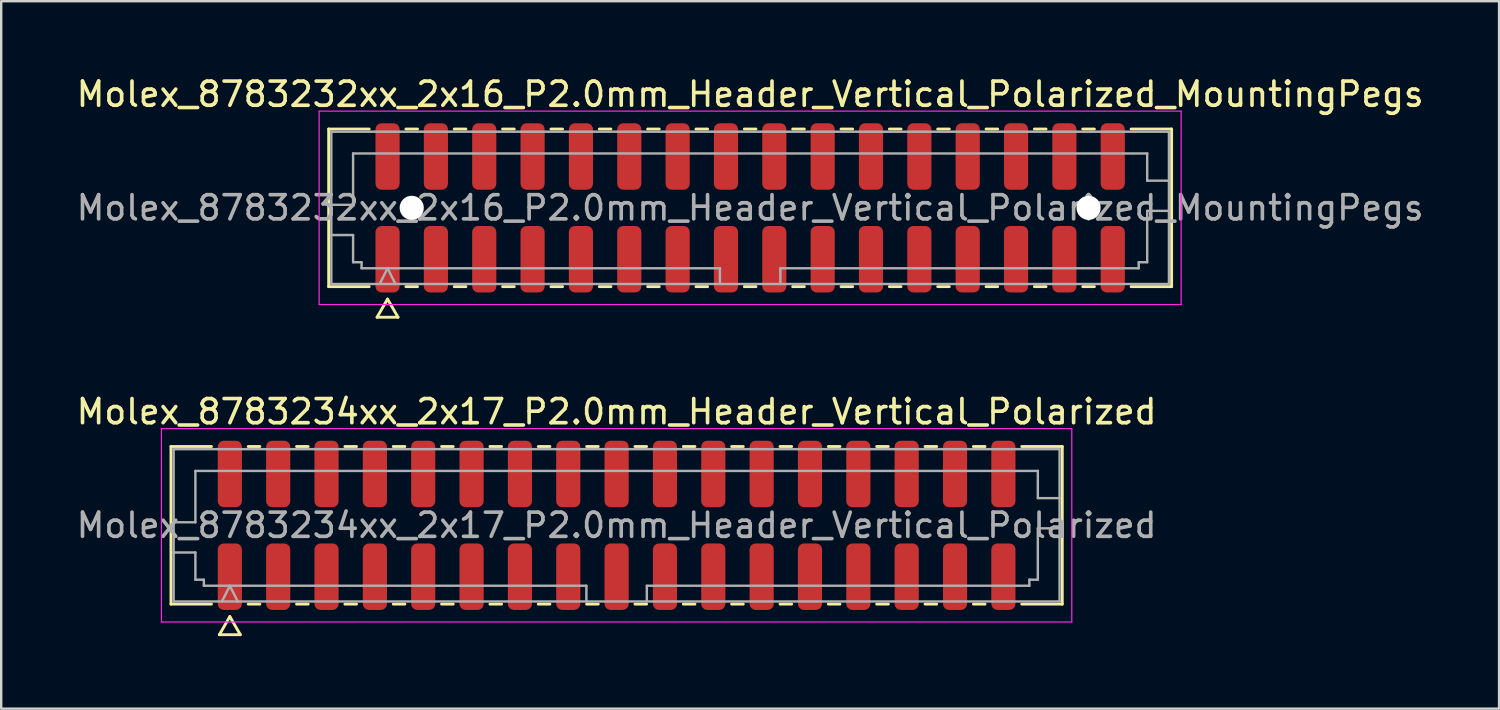
<source format=kicad_pcb>
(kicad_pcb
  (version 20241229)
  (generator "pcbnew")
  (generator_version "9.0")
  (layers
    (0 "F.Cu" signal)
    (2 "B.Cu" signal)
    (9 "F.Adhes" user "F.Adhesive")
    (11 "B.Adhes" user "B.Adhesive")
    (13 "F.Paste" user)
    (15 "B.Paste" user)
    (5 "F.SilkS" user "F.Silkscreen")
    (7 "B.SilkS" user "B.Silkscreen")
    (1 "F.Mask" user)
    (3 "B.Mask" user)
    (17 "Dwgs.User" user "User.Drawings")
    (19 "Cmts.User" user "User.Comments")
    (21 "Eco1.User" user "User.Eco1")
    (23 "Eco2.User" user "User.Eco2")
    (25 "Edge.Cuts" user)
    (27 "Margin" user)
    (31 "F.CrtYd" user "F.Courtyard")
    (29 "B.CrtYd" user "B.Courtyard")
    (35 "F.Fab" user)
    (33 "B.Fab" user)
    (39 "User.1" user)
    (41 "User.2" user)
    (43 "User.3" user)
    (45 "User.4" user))
  (footprint "Molex_8783234xx_2x17_P2.0mm_Header_Vertical_Polarized"
    (layer "F.Cu")
    (at 22.458 18.681)
    (property "Reference" "Molex_8783234xx_2x17_P2.0mm_Header_Vertical_Polarized" (at 0 -4.7 0) (layer "F.SilkS") (effects (font (size 1 1) (thickness 0.15))))
    (attr smd)
    (fp_line (start -18.435 -3.26) (end -16.76 -3.26) (stroke (width 0.12) (type solid)) (layer "F.SilkS"))
    (fp_line (start -18.435 3.26) (end -18.435 -3.26) (stroke (width 0.12) (type solid)) (layer "F.SilkS"))
    (fp_line (start -16.76 3.26) (end -18.435 3.26) (stroke (width 0.12) (type solid)) (layer "F.SilkS"))
    (fp_line (start -16.433 4.525) (end -16 3.775) (stroke (width 0.12) (type solid)) (layer "F.SilkS"))
    (fp_line (start -16 3.775) (end -15.567 4.525) (stroke (width 0.12) (type solid)) (layer "F.SilkS"))
    (fp_line (start -15.567 4.525) (end -16.433 4.525) (stroke (width 0.12) (type solid)) (layer "F.SilkS"))
    (fp_line (start -15.24 -3.26) (end -14.76 -3.26) (stroke (width 0.12) (type solid)) (layer "F.SilkS"))
    (fp_line (start -14.76 3.26) (end -15.24 3.26) (stroke (width 0.12) (type solid)) (layer "F.SilkS"))
    (fp_line (start -13.24 -3.26) (end -12.76 -3.26) (stroke (width 0.12) (type solid)) (layer "F.SilkS"))
    (fp_line (start -12.76 3.26) (end -13.24 3.26) (stroke (width 0.12) (type solid)) (layer "F.SilkS"))
    (fp_line (start -11.24 -3.26) (end -10.76 -3.26) (stroke (width 0.12) (type solid)) (layer "F.SilkS"))
    (fp_line (start -10.76 3.26) (end -11.24 3.26) (stroke (width 0.12) (type solid)) (layer "F.SilkS"))
    (fp_line (start -9.24 -3.26) (end -8.76 -3.26) (stroke (width 0.12) (type solid)) (layer "F.SilkS"))
    (fp_line (start -8.76 3.26) (end -9.24 3.26) (stroke (width 0.12) (type solid)) (layer "F.SilkS"))
    (fp_line (start -7.24 -3.26) (end -6.76 -3.26) (stroke (width 0.12) (type solid)) (layer "F.SilkS"))
    (fp_line (start -6.76 3.26) (end -7.24 3.26) (stroke (width 0.12) (type solid)) (layer "F.SilkS"))
    (fp_line (start -5.24 -3.26) (end -4.76 -3.26) (stroke (width 0.12) (type solid)) (layer "F.SilkS"))
    (fp_line (start -4.76 3.26) (end -5.24 3.26) (stroke (width 0.12) (type solid)) (layer "F.SilkS"))
    (fp_line (start -3.24 -3.26) (end -2.76 -3.26) (stroke (width 0.12) (type solid)) (layer "F.SilkS"))
    (fp_line (start -2.76 3.26) (end -3.24 3.26) (stroke (width 0.12) (type solid)) (layer "F.SilkS"))
    (fp_line (start -1.24 -3.26) (end -0.76 -3.26) (stroke (width 0.12) (type solid)) (layer "F.SilkS"))
    (fp_line (start -0.76 3.26) (end -1.24 3.26) (stroke (width 0.12) (type solid)) (layer "F.SilkS"))
    (fp_line (start 0.76 -3.26) (end 1.24 -3.26) (stroke (width 0.12) (type solid)) (layer "F.SilkS"))
    (fp_line (start 1.24 3.26) (end 0.76 3.26) (stroke (width 0.12) (type solid)) (layer "F.SilkS"))
    (fp_line (start 2.76 -3.26) (end 3.24 -3.26) (stroke (width 0.12) (type solid)) (layer "F.SilkS"))
    (fp_line (start 3.24 3.26) (end 2.76 3.26) (stroke (width 0.12) (type solid)) (layer "F.SilkS"))
    (fp_line (start 4.76 -3.26) (end 5.24 -3.26) (stroke (width 0.12) (type solid)) (layer "F.SilkS"))
    (fp_line (start 5.24 3.26) (end 4.76 3.26) (stroke (width 0.12) (type solid)) (layer "F.SilkS"))
    (fp_line (start 6.76 -3.26) (end 7.24 -3.26) (stroke (width 0.12) (type solid)) (layer "F.SilkS"))
    (fp_line (start 7.24 3.26) (end 6.76 3.26) (stroke (width 0.12) (type solid)) (layer "F.SilkS"))
    (fp_line (start 8.76 -3.26) (end 9.24 -3.26) (stroke (width 0.12) (type solid)) (layer "F.SilkS"))
    (fp_line (start 9.24 3.26) (end 8.76 3.26) (stroke (width 0.12) (type solid)) (layer "F.SilkS"))
    (fp_line (start 10.76 -3.26) (end 11.24 -3.26) (stroke (width 0.12) (type solid)) (layer "F.SilkS"))
    (fp_line (start 11.24 3.26) (end 10.76 3.26) (stroke (width 0.12) (type solid)) (layer "F.SilkS"))
    (fp_line (start 12.76 -3.26) (end 13.24 -3.26) (stroke (width 0.12) (type solid)) (layer "F.SilkS"))
    (fp_line (start 13.24 3.26) (end 12.76 3.26) (stroke (width 0.12) (type solid)) (layer "F.SilkS"))
    (fp_line (start 14.76 -3.26) (end 15.24 -3.26) (stroke (width 0.12) (type solid)) (layer "F.SilkS"))
    (fp_line (start 15.24 3.26) (end 14.76 3.26) (stroke (width 0.12) (type solid)) (layer "F.SilkS"))
    (fp_line (start 16.76 -3.26) (end 18.435 -3.26) (stroke (width 0.12) (type solid)) (layer "F.SilkS"))
    (fp_line (start 18.435 -3.26) (end 18.435 3.26) (stroke (width 0.12) (type solid)) (layer "F.SilkS"))
    (fp_line (start 18.435 3.26) (end 16.76 3.26) (stroke (width 0.12) (type solid)) (layer "F.SilkS"))
    (fp_line (start -18.83 -4) (end -18.83 4) (stroke (width 0.05) (type solid)) (layer "F.CrtYd"))
    (fp_line (start -18.83 4) (end 18.83 4) (stroke (width 0.05) (type solid)) (layer "F.CrtYd"))
    (fp_line (start 18.83 -4) (end -18.83 -4) (stroke (width 0.05) (type solid)) (layer "F.CrtYd"))
    (fp_line (start 18.83 4) (end 18.83 -4) (stroke (width 0.05) (type solid)) (layer "F.CrtYd"))
    (fp_line (start -18.325 -3.15) (end 18.325 -3.15) (stroke (width 0.1) (type solid)) (layer "F.Fab"))
    (fp_line (start -18.325 -0.125) (end -17.425 -0.125) (stroke (width 0.1) (type solid)) (layer "F.Fab"))
    (fp_line (start -18.325 1.125) (end -17.425 1.125) (stroke (width 0.1) (type solid)) (layer "F.Fab"))
    (fp_line (start -18.325 3.15) (end -18.325 -3.15) (stroke (width 0.1) (type solid)) (layer "F.Fab"))
    (fp_line (start -17.425 -2.25) (end 17.425 -2.25) (stroke (width 0.1) (type solid)) (layer "F.Fab"))
    (fp_line (start -17.425 -0.125) (end -17.425 -2.25) (stroke (width 0.1) (type solid)) (layer "F.Fab"))
    (fp_line (start -17.425 1.125) (end -17.425 2.25) (stroke (width 0.1) (type solid)) (layer "F.Fab"))
    (fp_line (start -17.425 2.25) (end -17.075 2.25) (stroke (width 0.1) (type solid)) (layer "F.Fab"))
    (fp_line (start -17.075 2.25) (end -17.075 2.5) (stroke (width 0.1) (type solid)) (layer "F.Fab"))
    (fp_line (start -17.075 2.5) (end -1.25 2.5) (stroke (width 0.1) (type solid)) (layer "F.Fab"))
    (fp_line (start -16.325 3.15) (end -16 2.5) (stroke (width 0.1) (type solid)) (layer "F.Fab"))
    (fp_line (start -16 2.5) (end -15.675 3.15) (stroke (width 0.1) (type solid)) (layer "F.Fab"))
    (fp_line (start -1.25 2.5) (end -1.25 3.15) (stroke (width 0.1) (type solid)) (layer "F.Fab"))
    (fp_line (start 1.25 2.5) (end 1.25 3.15) (stroke (width 0.1) (type solid)) (layer "F.Fab"))
    (fp_line (start 1.25 2.5) (end 17.075 2.5) (stroke (width 0.1) (type solid)) (layer "F.Fab"))
    (fp_line (start 17.075 2.25) (end 17.425 2.25) (stroke (width 0.1) (type solid)) (layer "F.Fab"))
    (fp_line (start 17.075 2.5) (end 17.075 2.25) (stroke (width 0.1) (type solid)) (layer "F.Fab"))
    (fp_line (start 17.425 -2.25) (end 17.425 -1.125) (stroke (width 0.1) (type solid)) (layer "F.Fab"))
    (fp_line (start 17.425 -1.125) (end 18.325 -1.125) (stroke (width 0.1) (type solid)) (layer "F.Fab"))
    (fp_line (start 17.425 0.125) (end 18.325 0.125) (stroke (width 0.1) (type solid)) (layer "F.Fab"))
    (fp_line (start 17.425 2.25) (end 17.425 0.125) (stroke (width 0.1) (type solid)) (layer "F.Fab"))
    (fp_line (start 18.325 -3.15) (end 18.325 3.15) (stroke (width 0.1) (type solid)) (layer "F.Fab"))
    (fp_line (start 18.325 3.15) (end -18.325 3.15) (stroke (width 0.1) (type solid)) (layer "F.Fab"))
    (fp_text user "${REFERENCE}" (at 0 0 0) (layer "F.Fab") (effects (font (size 1 1) (thickness 0.15))))
    (pad "1" smd roundrect (at -16 2.125) (size 1 2.75) (layers "F.Cu" "F.Mask" "F.Paste") (roundrect_rratio 0.25))
    (pad "2" smd roundrect (at -16 -2.125) (size 1 2.75) (layers "F.Cu" "F.Mask" "F.Paste") (roundrect_rratio 0.25))
    (pad "3" smd roundrect (at -14 2.125) (size 1 2.75) (layers "F.Cu" "F.Mask" "F.Paste") (roundrect_rratio 0.25))
    (pad "4" smd roundrect (at -14 -2.125) (size 1 2.75) (layers "F.Cu" "F.Mask" "F.Paste") (roundrect_rratio 0.25))
    (pad "5" smd roundrect (at -12 2.125) (size 1 2.75) (layers "F.Cu" "F.Mask" "F.Paste") (roundrect_rratio 0.25))
    (pad "6" smd roundrect (at -12 -2.125) (size 1 2.75) (layers "F.Cu" "F.Mask" "F.Paste") (roundrect_rratio 0.25))
    (pad "7" smd roundrect (at -10 2.125) (size 1 2.75) (layers "F.Cu" "F.Mask" "F.Paste") (roundrect_rratio 0.25))
    (pad "8" smd roundrect (at -10 -2.125) (size 1 2.75) (layers "F.Cu" "F.Mask" "F.Paste") (roundrect_rratio 0.25))
    (pad "9" smd roundrect (at -8 2.125) (size 1 2.75) (layers "F.Cu" "F.Mask" "F.Paste") (roundrect_rratio 0.25))
    (pad "10" smd roundrect (at -8 -2.125) (size 1 2.75) (layers "F.Cu" "F.Mask" "F.Paste") (roundrect_rratio 0.25))
    (pad "11" smd roundrect (at -6 2.125) (size 1 2.75) (layers "F.Cu" "F.Mask" "F.Paste") (roundrect_rratio 0.25))
    (pad "12" smd roundrect (at -6 -2.125) (size 1 2.75) (layers "F.Cu" "F.Mask" "F.Paste") (roundrect_rratio 0.25))
    (pad "13" smd roundrect (at -4 2.125) (size 1 2.75) (layers "F.Cu" "F.Mask" "F.Paste") (roundrect_rratio 0.25))
    (pad "14" smd roundrect (at -4 -2.125) (size 1 2.75) (layers "F.Cu" "F.Mask" "F.Paste") (roundrect_rratio 0.25))
    (pad "15" smd roundrect (at -2 2.125) (size 1 2.75) (layers "F.Cu" "F.Mask" "F.Paste") (roundrect_rratio 0.25))
    (pad "16" smd roundrect (at -2 -2.125) (size 1 2.75) (layers "F.Cu" "F.Mask" "F.Paste") (roundrect_rratio 0.25))
    (pad "17" smd roundrect (at 0 2.125) (size 1 2.75) (layers "F.Cu" "F.Mask" "F.Paste") (roundrect_rratio 0.25))
    (pad "18" smd roundrect (at 0 -2.125) (size 1 2.75) (layers "F.Cu" "F.Mask" "F.Paste") (roundrect_rratio 0.25))
    (pad "19" smd roundrect (at 2 2.125) (size 1 2.75) (layers "F.Cu" "F.Mask" "F.Paste") (roundrect_rratio 0.25))
    (pad "20" smd roundrect (at 2 -2.125) (size 1 2.75) (layers "F.Cu" "F.Mask" "F.Paste") (roundrect_rratio 0.25))
    (pad "21" smd roundrect (at 4 2.125) (size 1 2.75) (layers "F.Cu" "F.Mask" "F.Paste") (roundrect_rratio 0.25))
    (pad "22" smd roundrect (at 4 -2.125) (size 1 2.75) (layers "F.Cu" "F.Mask" "F.Paste") (roundrect_rratio 0.25))
    (pad "23" smd roundrect (at 6 2.125) (size 1 2.75) (layers "F.Cu" "F.Mask" "F.Paste") (roundrect_rratio 0.25))
    (pad "24" smd roundrect (at 6 -2.125) (size 1 2.75) (layers "F.Cu" "F.Mask" "F.Paste") (roundrect_rratio 0.25))
    (pad "25" smd roundrect (at 8 2.125) (size 1 2.75) (layers "F.Cu" "F.Mask" "F.Paste") (roundrect_rratio 0.25))
    (pad "26" smd roundrect (at 8 -2.125) (size 1 2.75) (layers "F.Cu" "F.Mask" "F.Paste") (roundrect_rratio 0.25))
    (pad "27" smd roundrect (at 10 2.125) (size 1 2.75) (layers "F.Cu" "F.Mask" "F.Paste") (roundrect_rratio 0.25))
    (pad "28" smd roundrect (at 10 -2.125) (size 1 2.75) (layers "F.Cu" "F.Mask" "F.Paste") (roundrect_rratio 0.25))
    (pad "29" smd roundrect (at 12 2.125) (size 1 2.75) (layers "F.Cu" "F.Mask" "F.Paste") (roundrect_rratio 0.25))
    (pad "30" smd roundrect (at 12 -2.125) (size 1 2.75) (layers "F.Cu" "F.Mask" "F.Paste") (roundrect_rratio 0.25))
    (pad "31" smd roundrect (at 14 2.125) (size 1 2.75) (layers "F.Cu" "F.Mask" "F.Paste") (roundrect_rratio 0.25))
    (pad "32" smd roundrect (at 14 -2.125) (size 1 2.75) (layers "F.Cu" "F.Mask" "F.Paste") (roundrect_rratio 0.25))
    (pad "33" smd roundrect (at 16 2.125) (size 1 2.75) (layers "F.Cu" "F.Mask" "F.Paste") (roundrect_rratio 0.25))
    (pad "34" smd roundrect (at 16 -2.125) (size 1 2.75) (layers "F.Cu" "F.Mask" "F.Paste") (roundrect_rratio 0.25)))
  (footprint "Molex_8783232xx_2x16_P2.0mm_Header_Vertical_Polarized_MountingPegs"
    (layer "F.Cu")
    (at 27.982 5.548)
    (property "Reference" "Molex_8783232xx_2x16_P2.0mm_Header_Vertical_Polarized_MountingPegs" (at 0 -4.7 0) (layer "F.SilkS") (effects (font (size 1 1) (thickness 0.15))))
    (attr smd)
    (fp_line (start -17.435 -3.26) (end -15.76 -3.26) (stroke (width 0.12) (type solid)) (layer "F.SilkS"))
    (fp_line (start -17.435 3.26) (end -17.435 -3.26) (stroke (width 0.12) (type solid)) (layer "F.SilkS"))
    (fp_line (start -15.76 3.26) (end -17.435 3.26) (stroke (width 0.12) (type solid)) (layer "F.SilkS"))
    (fp_line (start -15.433 4.525) (end -15 3.775) (stroke (width 0.12) (type solid)) (layer "F.SilkS"))
    (fp_line (start -15 3.775) (end -14.567 4.525) (stroke (width 0.12) (type solid)) (layer "F.SilkS"))
    (fp_line (start -14.567 4.525) (end -15.433 4.525) (stroke (width 0.12) (type solid)) (layer "F.SilkS"))
    (fp_line (start -14.24 -3.26) (end -13.76 -3.26) (stroke (width 0.12) (type solid)) (layer "F.SilkS"))
    (fp_line (start -13.76 3.26) (end -14.24 3.26) (stroke (width 0.12) (type solid)) (layer "F.SilkS"))
    (fp_line (start -12.24 -3.26) (end -11.76 -3.26) (stroke (width 0.12) (type solid)) (layer "F.SilkS"))
    (fp_line (start -11.76 3.26) (end -12.24 3.26) (stroke (width 0.12) (type solid)) (layer "F.SilkS"))
    (fp_line (start -10.24 -3.26) (end -9.76 -3.26) (stroke (width 0.12) (type solid)) (layer "F.SilkS"))
    (fp_line (start -9.76 3.26) (end -10.24 3.26) (stroke (width 0.12) (type solid)) (layer "F.SilkS"))
    (fp_line (start -8.24 -3.26) (end -7.76 -3.26) (stroke (width 0.12) (type solid)) (layer "F.SilkS"))
    (fp_line (start -7.76 3.26) (end -8.24 3.26) (stroke (width 0.12) (type solid)) (layer "F.SilkS"))
    (fp_line (start -6.24 -3.26) (end -5.76 -3.26) (stroke (width 0.12) (type solid)) (layer "F.SilkS"))
    (fp_line (start -5.76 3.26) (end -6.24 3.26) (stroke (width 0.12) (type solid)) (layer "F.SilkS"))
    (fp_line (start -4.24 -3.26) (end -3.76 -3.26) (stroke (width 0.12) (type solid)) (layer "F.SilkS"))
    (fp_line (start -3.76 3.26) (end -4.24 3.26) (stroke (width 0.12) (type solid)) (layer "F.SilkS"))
    (fp_line (start -2.24 -3.26) (end -1.76 -3.26) (stroke (width 0.12) (type solid)) (layer "F.SilkS"))
    (fp_line (start -1.76 3.26) (end -2.24 3.26) (stroke (width 0.12) (type solid)) (layer "F.SilkS"))
    (fp_line (start -0.24 -3.26) (end 0.24 -3.26) (stroke (width 0.12) (type solid)) (layer "F.SilkS"))
    (fp_line (start 0.24 3.26) (end -0.24 3.26) (stroke (width 0.12) (type solid)) (layer "F.SilkS"))
    (fp_line (start 1.76 -3.26) (end 2.24 -3.26) (stroke (width 0.12) (type solid)) (layer "F.SilkS"))
    (fp_line (start 2.24 3.26) (end 1.76 3.26) (stroke (width 0.12) (type solid)) (layer "F.SilkS"))
    (fp_line (start 3.76 -3.26) (end 4.24 -3.26) (stroke (width 0.12) (type solid)) (layer "F.SilkS"))
    (fp_line (start 4.24 3.26) (end 3.76 3.26) (stroke (width 0.12) (type solid)) (layer "F.SilkS"))
    (fp_line (start 5.76 -3.26) (end 6.24 -3.26) (stroke (width 0.12) (type solid)) (layer "F.SilkS"))
    (fp_line (start 6.24 3.26) (end 5.76 3.26) (stroke (width 0.12) (type solid)) (layer "F.SilkS"))
    (fp_line (start 7.76 -3.26) (end 8.24 -3.26) (stroke (width 0.12) (type solid)) (layer "F.SilkS"))
    (fp_line (start 8.24 3.26) (end 7.76 3.26) (stroke (width 0.12) (type solid)) (layer "F.SilkS"))
    (fp_line (start 9.76 -3.26) (end 10.24 -3.26) (stroke (width 0.12) (type solid)) (layer "F.SilkS"))
    (fp_line (start 10.24 3.26) (end 9.76 3.26) (stroke (width 0.12) (type solid)) (layer "F.SilkS"))
    (fp_line (start 11.76 -3.26) (end 12.24 -3.26) (stroke (width 0.12) (type solid)) (layer "F.SilkS"))
    (fp_line (start 12.24 3.26) (end 11.76 3.26) (stroke (width 0.12) (type solid)) (layer "F.SilkS"))
    (fp_line (start 13.76 -3.26) (end 14.24 -3.26) (stroke (width 0.12) (type solid)) (layer "F.SilkS"))
    (fp_line (start 14.24 3.26) (end 13.76 3.26) (stroke (width 0.12) (type solid)) (layer "F.SilkS"))
    (fp_line (start 15.76 -3.26) (end 17.435 -3.26) (stroke (width 0.12) (type solid)) (layer "F.SilkS"))
    (fp_line (start 17.435 -3.26) (end 17.435 3.26) (stroke (width 0.12) (type solid)) (layer "F.SilkS"))
    (fp_line (start 17.435 3.26) (end 15.76 3.26) (stroke (width 0.12) (type solid)) (layer "F.SilkS"))
    (fp_line (start -17.83 -4) (end -17.83 4) (stroke (width 0.05) (type solid)) (layer "F.CrtYd"))
    (fp_line (start -17.83 4) (end 17.83 4) (stroke (width 0.05) (type solid)) (layer "F.CrtYd"))
    (fp_line (start 17.83 -4) (end -17.83 -4) (stroke (width 0.05) (type solid)) (layer "F.CrtYd"))
    (fp_line (start 17.83 4) (end 17.83 -4) (stroke (width 0.05) (type solid)) (layer "F.CrtYd"))
    (fp_line (start -17.325 -3.15) (end 17.325 -3.15) (stroke (width 0.1) (type solid)) (layer "F.Fab"))
    (fp_line (start -17.325 -0.125) (end -16.425 -0.125) (stroke (width 0.1) (type solid)) (layer "F.Fab"))
    (fp_line (start -17.325 1.125) (end -16.425 1.125) (stroke (width 0.1) (type solid)) (layer "F.Fab"))
    (fp_line (start -17.325 3.15) (end -17.325 -3.15) (stroke (width 0.1) (type solid)) (layer "F.Fab"))
    (fp_line (start -16.425 -2.25) (end 16.425 -2.25) (stroke (width 0.1) (type solid)) (layer "F.Fab"))
    (fp_line (start -16.425 -0.125) (end -16.425 -2.25) (stroke (width 0.1) (type solid)) (layer "F.Fab"))
    (fp_line (start -16.425 1.125) (end -16.425 2.25) (stroke (width 0.1) (type solid)) (layer "F.Fab"))
    (fp_line (start -16.425 2.25) (end -16.075 2.25) (stroke (width 0.1) (type solid)) (layer "F.Fab"))
    (fp_line (start -16.075 2.25) (end -16.075 2.5) (stroke (width 0.1) (type solid)) (layer "F.Fab"))
    (fp_line (start -16.075 2.5) (end -1.25 2.5) (stroke (width 0.1) (type solid)) (layer "F.Fab"))
    (fp_line (start -15.325 3.15) (end -15 2.5) (stroke (width 0.1) (type solid)) (layer "F.Fab"))
    (fp_line (start -15 2.5) (end -14.675 3.15) (stroke (width 0.1) (type solid)) (layer "F.Fab"))
    (fp_line (start -1.25 2.5) (end -1.25 3.15) (stroke (width 0.1) (type solid)) (layer "F.Fab"))
    (fp_line (start 1.25 2.5) (end 1.25 3.15) (stroke (width 0.1) (type solid)) (layer "F.Fab"))
    (fp_line (start 1.25 2.5) (end 16.075 2.5) (stroke (width 0.1) (type solid)) (layer "F.Fab"))
    (fp_line (start 16.075 2.25) (end 16.425 2.25) (stroke (width 0.1) (type solid)) (layer "F.Fab"))
    (fp_line (start 16.075 2.5) (end 16.075 2.25) (stroke (width 0.1) (type solid)) (layer "F.Fab"))
    (fp_line (start 16.425 -2.25) (end 16.425 -1.125) (stroke (width 0.1) (type solid)) (layer "F.Fab"))
    (fp_line (start 16.425 -1.125) (end 17.325 -1.125) (stroke (width 0.1) (type solid)) (layer "F.Fab"))
    (fp_line (start 16.425 0.125) (end 17.325 0.125) (stroke (width 0.1) (type solid)) (layer "F.Fab"))
    (fp_line (start 16.425 2.25) (end 16.425 0.125) (stroke (width 0.1) (type solid)) (layer "F.Fab"))
    (fp_line (start 17.325 -3.15) (end 17.325 3.15) (stroke (width 0.1) (type solid)) (layer "F.Fab"))
    (fp_line (start 17.325 3.15) (end -17.325 3.15) (stroke (width 0.1) (type solid)) (layer "F.Fab"))
    (fp_text user "${REFERENCE}" (at 0 0 0) (layer "F.Fab") (effects (font (size 1 1) (thickness 0.15))))
    (pad "" np_thru_hole circle (at -14 0) (size 1 1) (drill 1) (layers "*.Cu" "*.Mask"))
    (pad "" np_thru_hole circle (at 14 0) (size 1 1) (drill 1) (layers "*.Cu" "*.Mask"))
    (pad "1" smd roundrect (at -15 2.125) (size 1 2.75) (layers "F.Cu" "F.Mask" "F.Paste") (roundrect_rratio 0.25))
    (pad "2" smd roundrect (at -15 -2.125) (size 1 2.75) (layers "F.Cu" "F.Mask" "F.Paste") (roundrect_rratio 0.25))
    (pad "3" smd roundrect (at -13 2.125) (size 1 2.75) (layers "F.Cu" "F.Mask" "F.Paste") (roundrect_rratio 0.25))
    (pad "4" smd roundrect (at -13 -2.125) (size 1 2.75) (layers "F.Cu" "F.Mask" "F.Paste") (roundrect_rratio 0.25))
    (pad "5" smd roundrect (at -11 2.125) (size 1 2.75) (layers "F.Cu" "F.Mask" "F.Paste") (roundrect_rratio 0.25))
    (pad "6" smd roundrect (at -11 -2.125) (size 1 2.75) (layers "F.Cu" "F.Mask" "F.Paste") (roundrect_rratio 0.25))
    (pad "7" smd roundrect (at -9 2.125) (size 1 2.75) (layers "F.Cu" "F.Mask" "F.Paste") (roundrect_rratio 0.25))
    (pad "8" smd roundrect (at -9 -2.125) (size 1 2.75) (layers "F.Cu" "F.Mask" "F.Paste") (roundrect_rratio 0.25))
    (pad "9" smd roundrect (at -7 2.125) (size 1 2.75) (layers "F.Cu" "F.Mask" "F.Paste") (roundrect_rratio 0.25))
    (pad "10" smd roundrect (at -7 -2.125) (size 1 2.75) (layers "F.Cu" "F.Mask" "F.Paste") (roundrect_rratio 0.25))
    (pad "11" smd roundrect (at -5 2.125) (size 1 2.75) (layers "F.Cu" "F.Mask" "F.Paste") (roundrect_rratio 0.25))
    (pad "12" smd roundrect (at -5 -2.125) (size 1 2.75) (layers "F.Cu" "F.Mask" "F.Paste") (roundrect_rratio 0.25))
    (pad "13" smd roundrect (at -3 2.125) (size 1 2.75) (layers "F.Cu" "F.Mask" "F.Paste") (roundrect_rratio 0.25))
    (pad "14" smd roundrect (at -3 -2.125) (size 1 2.75) (layers "F.Cu" "F.Mask" "F.Paste") (roundrect_rratio 0.25))
    (pad "15" smd roundrect (at -1 2.125) (size 1 2.75) (layers "F.Cu" "F.Mask" "F.Paste") (roundrect_rratio 0.25))
    (pad "16" smd roundrect (at -1 -2.125) (size 1 2.75) (layers "F.Cu" "F.Mask" "F.Paste") (roundrect_rratio 0.25))
    (pad "17" smd roundrect (at 1 2.125) (size 1 2.75) (layers "F.Cu" "F.Mask" "F.Paste") (roundrect_rratio 0.25))
    (pad "18" smd roundrect (at 1 -2.125) (size 1 2.75) (layers "F.Cu" "F.Mask" "F.Paste") (roundrect_rratio 0.25))
    (pad "19" smd roundrect (at 3 2.125) (size 1 2.75) (layers "F.Cu" "F.Mask" "F.Paste") (roundrect_rratio 0.25))
    (pad "20" smd roundrect (at 3 -2.125) (size 1 2.75) (layers "F.Cu" "F.Mask" "F.Paste") (roundrect_rratio 0.25))
    (pad "21" smd roundrect (at 5 2.125) (size 1 2.75) (layers "F.Cu" "F.Mask" "F.Paste") (roundrect_rratio 0.25))
    (pad "22" smd roundrect (at 5 -2.125) (size 1 2.75) (layers "F.Cu" "F.Mask" "F.Paste") (roundrect_rratio 0.25))
    (pad "23" smd roundrect (at 7 2.125) (size 1 2.75) (layers "F.Cu" "F.Mask" "F.Paste") (roundrect_rratio 0.25))
    (pad "24" smd roundrect (at 7 -2.125) (size 1 2.75) (layers "F.Cu" "F.Mask" "F.Paste") (roundrect_rratio 0.25))
    (pad "25" smd roundrect (at 9 2.125) (size 1 2.75) (layers "F.Cu" "F.Mask" "F.Paste") (roundrect_rratio 0.25))
    (pad "26" smd roundrect (at 9 -2.125) (size 1 2.75) (layers "F.Cu" "F.Mask" "F.Paste") (roundrect_rratio 0.25))
    (pad "27" smd roundrect (at 11 2.125) (size 1 2.75) (layers "F.Cu" "F.Mask" "F.Paste") (roundrect_rratio 0.25))
    (pad "28" smd roundrect (at 11 -2.125) (size 1 2.75) (layers "F.Cu" "F.Mask" "F.Paste") (roundrect_rratio 0.25))
    (pad "29" smd roundrect (at 13 2.125) (size 1 2.75) (layers "F.Cu" "F.Mask" "F.Paste") (roundrect_rratio 0.25))
    (pad "30" smd roundrect (at 13 -2.125) (size 1 2.75) (layers "F.Cu" "F.Mask" "F.Paste") (roundrect_rratio 0.25))
    (pad "31" smd roundrect (at 15 2.125) (size 1 2.75) (layers "F.Cu" "F.Mask" "F.Paste") (roundrect_rratio 0.25))
    (pad "32" smd roundrect (at 15 -2.125) (size 1 2.75) (layers "F.Cu" "F.Mask" "F.Paste") (roundrect_rratio 0.25)))
  (gr_rect
    (start -3 -3)
    (end 58.964 26.267)
    (stroke (width 0.1) (type default))
    (fill no)
    (layer "Edge.Cuts")))
</source>
